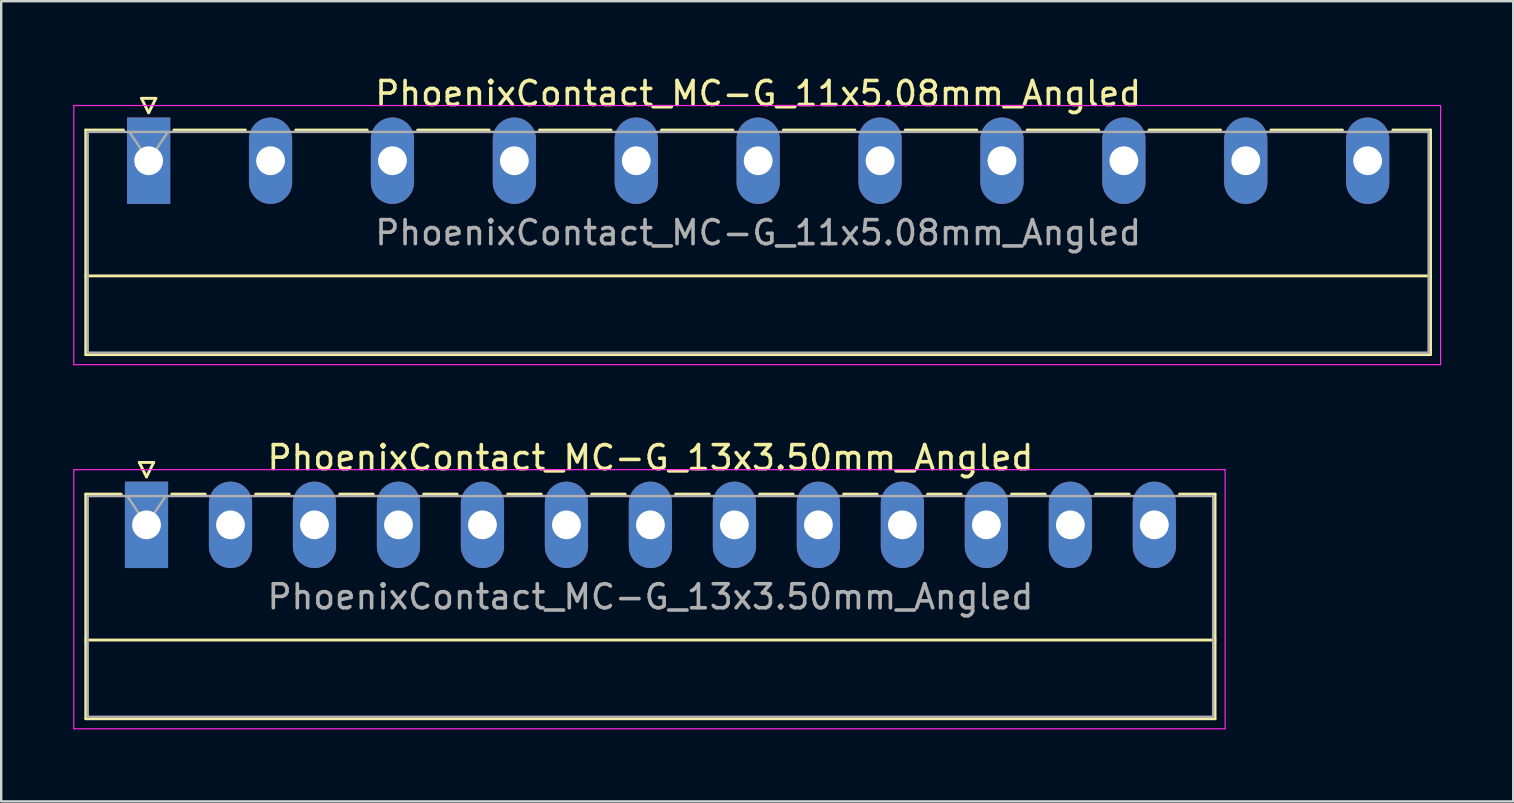
<source format=kicad_pcb>
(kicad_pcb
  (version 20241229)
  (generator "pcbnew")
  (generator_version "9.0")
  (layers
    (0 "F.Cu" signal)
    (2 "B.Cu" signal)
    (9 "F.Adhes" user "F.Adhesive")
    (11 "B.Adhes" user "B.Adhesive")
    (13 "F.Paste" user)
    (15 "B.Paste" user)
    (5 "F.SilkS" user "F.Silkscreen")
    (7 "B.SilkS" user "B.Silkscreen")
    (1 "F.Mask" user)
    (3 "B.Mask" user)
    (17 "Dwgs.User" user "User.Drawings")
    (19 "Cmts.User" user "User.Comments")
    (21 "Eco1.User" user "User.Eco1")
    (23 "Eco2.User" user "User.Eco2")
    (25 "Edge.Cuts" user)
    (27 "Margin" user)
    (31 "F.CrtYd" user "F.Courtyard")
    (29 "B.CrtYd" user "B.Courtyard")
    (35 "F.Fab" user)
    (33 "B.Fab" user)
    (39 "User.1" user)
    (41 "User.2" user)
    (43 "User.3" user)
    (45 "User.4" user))
  (footprint "PhoenixContact_MC-G_11x5.08mm_Angled"
    (layer "F.Cu")
    (at 3.145 3.648)
    (property "Reference" "PhoenixContact_MC-G_11x5.08mm_Angled" (at 25.4 -2.8 0) (layer "F.SilkS") (effects (font (size 1 1) (thickness 0.15))))
    (attr through_hole)
    (fp_line (start -2.62 -1.28) (end -2.62 8.08) (stroke (width 0.12) (type solid)) (layer "F.SilkS"))
    (fp_line (start -2.62 -1.28) (end -1.05 -1.28) (stroke (width 0.12) (type solid)) (layer "F.SilkS"))
    (fp_line (start -2.62 4.8) (end 53.42 4.8) (stroke (width 0.12) (type solid)) (layer "F.SilkS"))
    (fp_line (start -2.62 8.08) (end 53.42 8.08) (stroke (width 0.12) (type solid)) (layer "F.SilkS"))
    (fp_line (start -0.3 -2.6) (end 0.3 -2.6) (stroke (width 0.12) (type solid)) (layer "F.SilkS"))
    (fp_line (start 0 -2) (end -0.3 -2.6) (stroke (width 0.12) (type solid)) (layer "F.SilkS"))
    (fp_line (start 0.3 -2.6) (end 0 -2) (stroke (width 0.12) (type solid)) (layer "F.SilkS"))
    (fp_line (start 1.05 -1.28) (end 4.03 -1.28) (stroke (width 0.12) (type solid)) (layer "F.SilkS"))
    (fp_line (start 6.13 -1.28) (end 9.11 -1.28) (stroke (width 0.12) (type solid)) (layer "F.SilkS"))
    (fp_line (start 11.21 -1.28) (end 14.19 -1.28) (stroke (width 0.12) (type solid)) (layer "F.SilkS"))
    (fp_line (start 16.29 -1.28) (end 19.27 -1.28) (stroke (width 0.12) (type solid)) (layer "F.SilkS"))
    (fp_line (start 21.37 -1.28) (end 24.35 -1.28) (stroke (width 0.12) (type solid)) (layer "F.SilkS"))
    (fp_line (start 26.45 -1.28) (end 29.43 -1.28) (stroke (width 0.12) (type solid)) (layer "F.SilkS"))
    (fp_line (start 31.53 -1.28) (end 34.51 -1.28) (stroke (width 0.12) (type solid)) (layer "F.SilkS"))
    (fp_line (start 36.61 -1.28) (end 39.59 -1.28) (stroke (width 0.12) (type solid)) (layer "F.SilkS"))
    (fp_line (start 41.69 -1.28) (end 44.67 -1.28) (stroke (width 0.12) (type solid)) (layer "F.SilkS"))
    (fp_line (start 46.77 -1.28) (end 49.75 -1.28) (stroke (width 0.12) (type solid)) (layer "F.SilkS"))
    (fp_line (start 53.42 -1.28) (end 51.85 -1.28) (stroke (width 0.12) (type solid)) (layer "F.SilkS"))
    (fp_line (start 53.42 8.08) (end 53.42 -1.28) (stroke (width 0.12) (type solid)) (layer "F.SilkS"))
    (fp_line (start -3.12 -2.3) (end -3.12 8.5) (stroke (width 0.05) (type solid)) (layer "F.CrtYd"))
    (fp_line (start -3.12 8.5) (end 53.84 8.5) (stroke (width 0.05) (type solid)) (layer "F.CrtYd"))
    (fp_line (start 53.84 -2.3) (end -3.12 -2.3) (stroke (width 0.05) (type solid)) (layer "F.CrtYd"))
    (fp_line (start 53.84 8.5) (end 53.84 -2.3) (stroke (width 0.05) (type solid)) (layer "F.CrtYd"))
    (fp_line (start -2.54 -1.2) (end -2.54 8) (stroke (width 0.1) (type solid)) (layer "F.Fab"))
    (fp_line (start -2.54 8) (end 53.34 8) (stroke (width 0.1) (type solid)) (layer "F.Fab"))
    (fp_line (start 0 0) (end -0.8 -1.2) (stroke (width 0.1) (type solid)) (layer "F.Fab"))
    (fp_line (start 0.8 -1.2) (end 0 0) (stroke (width 0.1) (type solid)) (layer "F.Fab"))
    (fp_line (start 53.34 -1.2) (end -2.54 -1.2) (stroke (width 0.1) (type solid)) (layer "F.Fab"))
    (fp_line (start 53.34 8) (end 53.34 -1.2) (stroke (width 0.1) (type solid)) (layer "F.Fab"))
    (fp_text user "${REFERENCE}" (at 25.4 3 0) (layer "F.Fab") (effects (font (size 1 1) (thickness 0.15))))
    (pad "1" thru_hole rect (at 0 0) (size 1.8 3.6) (drill 1.2) (layers "*.Cu" "*.Mask"))
    (pad "2" thru_hole oval (at 5.08 0) (size 1.8 3.6) (drill 1.2) (layers "*.Cu" "*.Mask"))
    (pad "3" thru_hole oval (at 10.16 0) (size 1.8 3.6) (drill 1.2) (layers "*.Cu" "*.Mask"))
    (pad "4" thru_hole oval (at 15.24 0) (size 1.8 3.6) (drill 1.2) (layers "*.Cu" "*.Mask"))
    (pad "5" thru_hole oval (at 20.32 0) (size 1.8 3.6) (drill 1.2) (layers "*.Cu" "*.Mask"))
    (pad "6" thru_hole oval (at 25.4 0) (size 1.8 3.6) (drill 1.2) (layers "*.Cu" "*.Mask"))
    (pad "7" thru_hole oval (at 30.48 0) (size 1.8 3.6) (drill 1.2) (layers "*.Cu" "*.Mask"))
    (pad "8" thru_hole oval (at 35.56 0) (size 1.8 3.6) (drill 1.2) (layers "*.Cu" "*.Mask"))
    (pad "9" thru_hole oval (at 40.64 0) (size 1.8 3.6) (drill 1.2) (layers "*.Cu" "*.Mask"))
    (pad "10" thru_hole oval (at 45.72 0) (size 1.8 3.6) (drill 1.2) (layers "*.Cu" "*.Mask"))
    (pad "11" thru_hole oval (at 50.8 0) (size 1.8 3.6) (drill 1.2) (layers "*.Cu" "*.Mask")))
  (footprint "PhoenixContact_MC-G_13x3.50mm_Angled"
    (layer "F.Cu")
    (at 3.055 18.822)
    (property "Reference" "PhoenixContact_MC-G_13x3.50mm_Angled" (at 21 -2.8 0) (layer "F.SilkS") (effects (font (size 1 1) (thickness 0.15))))
    (attr through_hole)
    (fp_line (start -2.53 -1.28) (end -2.53 8.08) (stroke (width 0.12) (type solid)) (layer "F.SilkS"))
    (fp_line (start -2.53 -1.28) (end -1.05 -1.28) (stroke (width 0.12) (type solid)) (layer "F.SilkS"))
    (fp_line (start -2.53 4.8) (end 44.53 4.8) (stroke (width 0.12) (type solid)) (layer "F.SilkS"))
    (fp_line (start -2.53 8.08) (end 44.53 8.08) (stroke (width 0.12) (type solid)) (layer "F.SilkS"))
    (fp_line (start -0.3 -2.6) (end 0.3 -2.6) (stroke (width 0.12) (type solid)) (layer "F.SilkS"))
    (fp_line (start 0 -2) (end -0.3 -2.6) (stroke (width 0.12) (type solid)) (layer "F.SilkS"))
    (fp_line (start 0.3 -2.6) (end 0 -2) (stroke (width 0.12) (type solid)) (layer "F.SilkS"))
    (fp_line (start 1.05 -1.28) (end 2.45 -1.28) (stroke (width 0.12) (type solid)) (layer "F.SilkS"))
    (fp_line (start 4.55 -1.28) (end 5.95 -1.28) (stroke (width 0.12) (type solid)) (layer "F.SilkS"))
    (fp_line (start 8.05 -1.28) (end 9.45 -1.28) (stroke (width 0.12) (type solid)) (layer "F.SilkS"))
    (fp_line (start 11.55 -1.28) (end 12.95 -1.28) (stroke (width 0.12) (type solid)) (layer "F.SilkS"))
    (fp_line (start 15.05 -1.28) (end 16.45 -1.28) (stroke (width 0.12) (type solid)) (layer "F.SilkS"))
    (fp_line (start 18.55 -1.28) (end 19.95 -1.28) (stroke (width 0.12) (type solid)) (layer "F.SilkS"))
    (fp_line (start 22.05 -1.28) (end 23.45 -1.28) (stroke (width 0.12) (type solid)) (layer "F.SilkS"))
    (fp_line (start 25.55 -1.28) (end 26.95 -1.28) (stroke (width 0.12) (type solid)) (layer "F.SilkS"))
    (fp_line (start 29.05 -1.28) (end 30.45 -1.28) (stroke (width 0.12) (type solid)) (layer "F.SilkS"))
    (fp_line (start 32.55 -1.28) (end 33.95 -1.28) (stroke (width 0.12) (type solid)) (layer "F.SilkS"))
    (fp_line (start 36.05 -1.28) (end 37.45 -1.28) (stroke (width 0.12) (type solid)) (layer "F.SilkS"))
    (fp_line (start 39.55 -1.28) (end 40.95 -1.28) (stroke (width 0.12) (type solid)) (layer "F.SilkS"))
    (fp_line (start 44.53 -1.28) (end 43.05 -1.28) (stroke (width 0.12) (type solid)) (layer "F.SilkS"))
    (fp_line (start 44.53 8.08) (end 44.53 -1.28) (stroke (width 0.12) (type solid)) (layer "F.SilkS"))
    (fp_line (start -3.03 -2.3) (end -3.03 8.5) (stroke (width 0.05) (type solid)) (layer "F.CrtYd"))
    (fp_line (start -3.03 8.5) (end 44.95 8.5) (stroke (width 0.05) (type solid)) (layer "F.CrtYd"))
    (fp_line (start 44.95 -2.3) (end -3.03 -2.3) (stroke (width 0.05) (type solid)) (layer "F.CrtYd"))
    (fp_line (start 44.95 8.5) (end 44.95 -2.3) (stroke (width 0.05) (type solid)) (layer "F.CrtYd"))
    (fp_line (start -2.45 -1.2) (end -2.45 8) (stroke (width 0.1) (type solid)) (layer "F.Fab"))
    (fp_line (start -2.45 8) (end 44.45 8) (stroke (width 0.1) (type solid)) (layer "F.Fab"))
    (fp_line (start 0 0) (end -0.8 -1.2) (stroke (width 0.1) (type solid)) (layer "F.Fab"))
    (fp_line (start 0.8 -1.2) (end 0 0) (stroke (width 0.1) (type solid)) (layer "F.Fab"))
    (fp_line (start 44.45 -1.2) (end -2.45 -1.2) (stroke (width 0.1) (type solid)) (layer "F.Fab"))
    (fp_line (start 44.45 8) (end 44.45 -1.2) (stroke (width 0.1) (type solid)) (layer "F.Fab"))
    (fp_text user "${REFERENCE}" (at 21 3 0) (layer "F.Fab") (effects (font (size 1 1) (thickness 0.15))))
    (pad "1" thru_hole rect (at 0 0) (size 1.8 3.6) (drill 1.2) (layers "*.Cu" "*.Mask"))
    (pad "2" thru_hole oval (at 3.5 0) (size 1.8 3.6) (drill 1.2) (layers "*.Cu" "*.Mask"))
    (pad "3" thru_hole oval (at 7 0) (size 1.8 3.6) (drill 1.2) (layers "*.Cu" "*.Mask"))
    (pad "4" thru_hole oval (at 10.5 0) (size 1.8 3.6) (drill 1.2) (layers "*.Cu" "*.Mask"))
    (pad "5" thru_hole oval (at 14 0) (size 1.8 3.6) (drill 1.2) (layers "*.Cu" "*.Mask"))
    (pad "6" thru_hole oval (at 17.5 0) (size 1.8 3.6) (drill 1.2) (layers "*.Cu" "*.Mask"))
    (pad "7" thru_hole oval (at 21 0) (size 1.8 3.6) (drill 1.2) (layers "*.Cu" "*.Mask"))
    (pad "8" thru_hole oval (at 24.5 0) (size 1.8 3.6) (drill 1.2) (layers "*.Cu" "*.Mask"))
    (pad "9" thru_hole oval (at 28 0) (size 1.8 3.6) (drill 1.2) (layers "*.Cu" "*.Mask"))
    (pad "10" thru_hole oval (at 31.5 0) (size 1.8 3.6) (drill 1.2) (layers "*.Cu" "*.Mask"))
    (pad "11" thru_hole oval (at 35 0) (size 1.8 3.6) (drill 1.2) (layers "*.Cu" "*.Mask"))
    (pad "12" thru_hole oval (at 38.5 0) (size 1.8 3.6) (drill 1.2) (layers "*.Cu" "*.Mask"))
    (pad "13" thru_hole oval (at 42 0) (size 1.8 3.6) (drill 1.2) (layers "*.Cu" "*.Mask")))
  (gr_rect
    (start -3 -3)
    (end 60.01 30.346)
    (stroke (width 0.1) (type default))
    (fill no)
    (layer "Edge.Cuts")))
</source>
